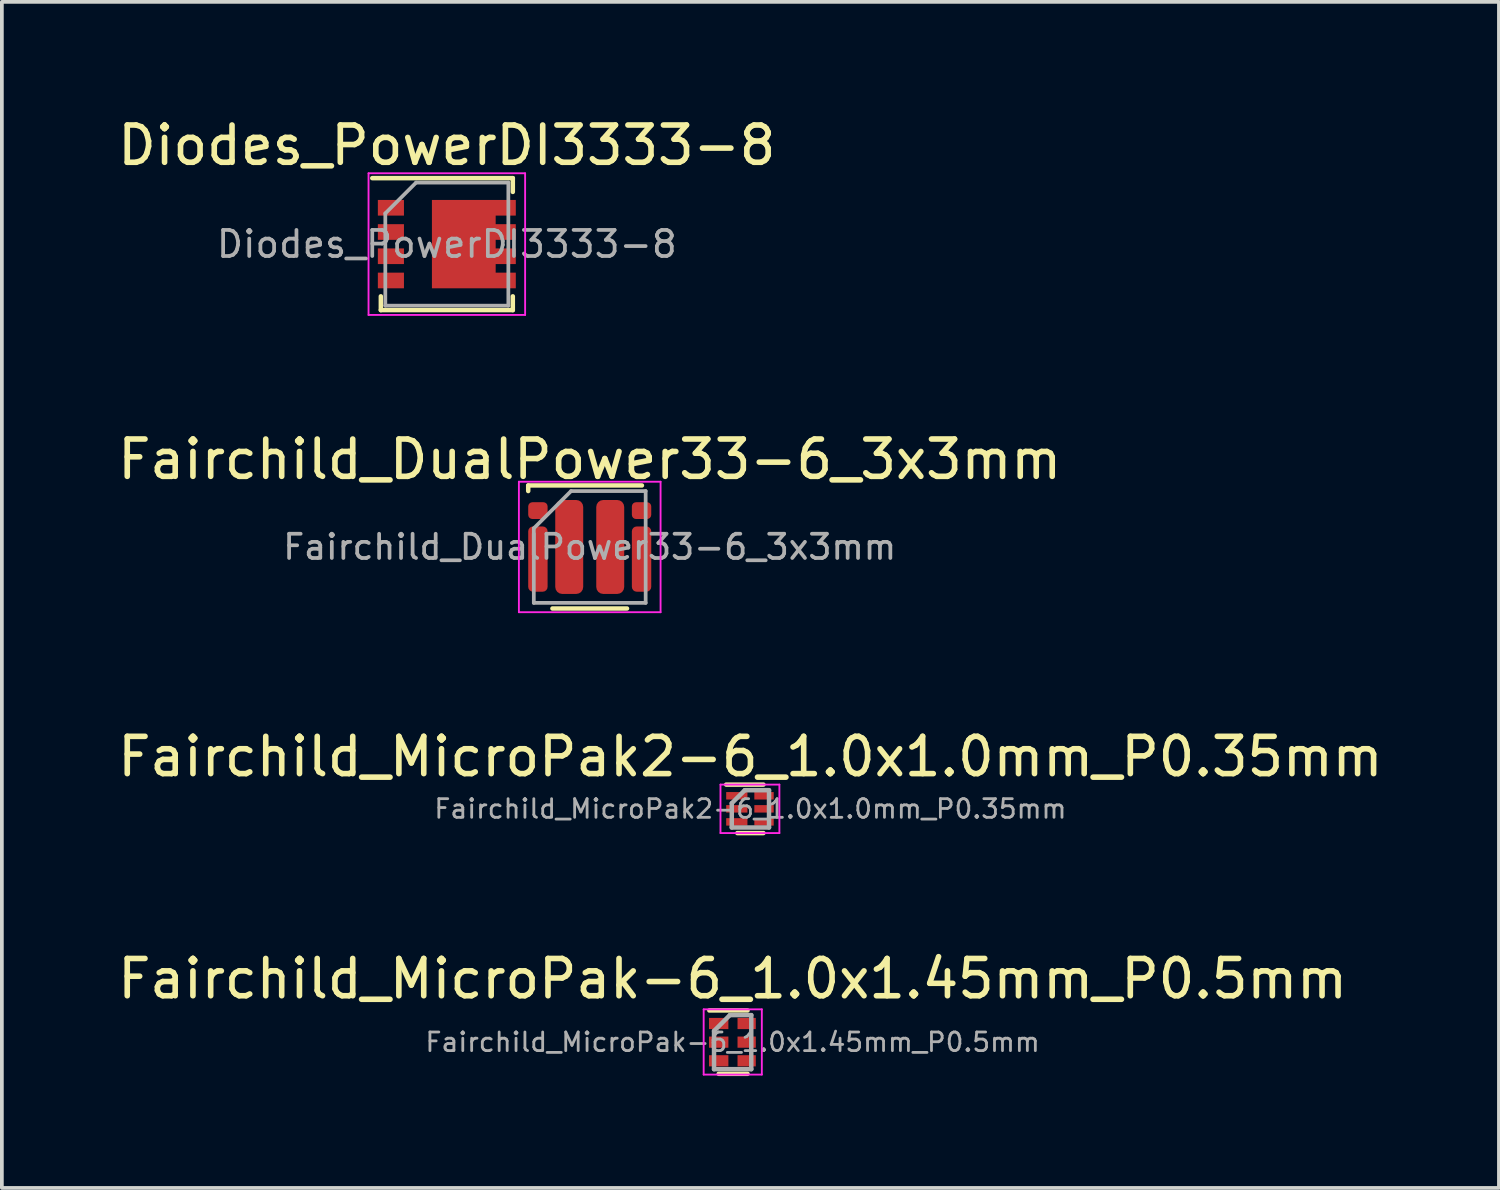
<source format=kicad_pcb>
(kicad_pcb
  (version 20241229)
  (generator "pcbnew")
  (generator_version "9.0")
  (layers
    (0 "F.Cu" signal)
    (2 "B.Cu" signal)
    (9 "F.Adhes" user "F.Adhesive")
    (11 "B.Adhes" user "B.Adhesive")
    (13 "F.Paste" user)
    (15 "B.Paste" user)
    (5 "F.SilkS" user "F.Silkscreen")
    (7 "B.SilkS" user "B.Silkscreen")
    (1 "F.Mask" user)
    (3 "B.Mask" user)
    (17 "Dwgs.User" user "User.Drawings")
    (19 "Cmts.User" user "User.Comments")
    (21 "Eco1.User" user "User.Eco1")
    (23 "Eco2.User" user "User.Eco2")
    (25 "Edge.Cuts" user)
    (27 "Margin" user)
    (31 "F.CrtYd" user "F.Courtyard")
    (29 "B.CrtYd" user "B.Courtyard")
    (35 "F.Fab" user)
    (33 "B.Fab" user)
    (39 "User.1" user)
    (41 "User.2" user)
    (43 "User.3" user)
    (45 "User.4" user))
  (footprint "Fairchild_MicroPak-6_1.0x1.45mm_P0.5mm"
    (layer "F.Cu")
    (at 16.594 24.903)
    (property "Reference" "Fairchild_MicroPak-6_1.0x1.45mm_P0.5mm" (at 0.007 -1.7 0) (layer "F.SilkS") (effects (font (size 1 1) (thickness 0.15))))
    (attr smd)
    (fp_line (start -0.618 -0.85) (end 0.407 -0.85) (stroke (width 0.12) (type solid)) (layer "F.SilkS"))
    (fp_line (start 0.407 0.85) (end -0.367 0.85) (stroke (width 0.12) (type solid)) (layer "F.SilkS"))
    (fp_line (start -0.77 -0.88) (end -0.77 0.87) (stroke (width 0.05) (type solid)) (layer "F.CrtYd"))
    (fp_line (start -0.77 -0.88) (end 0.79 -0.88) (stroke (width 0.05) (type solid)) (layer "F.CrtYd"))
    (fp_line (start 0.79 0.87) (end -0.77 0.87) (stroke (width 0.05) (type solid)) (layer "F.CrtYd"))
    (fp_line (start 0.79 0.87) (end 0.79 -0.88) (stroke (width 0.05) (type solid)) (layer "F.CrtYd"))
    (fp_line (start -0.492 -0.3) (end -0.068 -0.725) (stroke (width 0.12) (type solid)) (layer "F.Fab"))
    (fp_line (start -0.492 0.725) (end -0.492 -0.3) (stroke (width 0.12) (type solid)) (layer "F.Fab"))
    (fp_line (start -0.068 -0.725) (end 0.507 -0.725) (stroke (width 0.12) (type solid)) (layer "F.Fab"))
    (fp_line (start 0.507 -0.725) (end 0.507 0.725) (stroke (width 0.12) (type solid)) (layer "F.Fab"))
    (fp_line (start 0.507 0.725) (end -0.492 0.725) (stroke (width 0.12) (type solid)) (layer "F.Fab"))
    (fp_text user "${REFERENCE}" (at 0.007 0 0) (layer "F.Fab") (effects (font (size 0.5 0.5) (thickness 0.075))))
    (pad "1" smd rect (at -0.367 -0.5) (size 0.52 0.3) (layers "F.Cu" "F.Mask" "F.Paste"))
    (pad "2" smd rect (at -0.367 0) (size 0.52 0.3) (layers "F.Cu" "F.Mask" "F.Paste"))
    (pad "3" smd rect (at -0.367 0.5) (size 0.52 0.3) (layers "F.Cu" "F.Mask" "F.Paste"))
    (pad "4" smd rect (at 0.383 0.5) (size 0.49 0.3) (layers "F.Cu" "F.Mask" "F.Paste"))
    (pad "5" smd rect (at 0.383 0) (size 0.49 0.3) (layers "F.Cu" "F.Mask" "F.Paste"))
    (pad "6" smd rect (at 0.383 -0.5) (size 0.49 0.3) (layers "F.Cu" "F.Mask" "F.Paste")))
  (footprint "Fairchild_DualPower33-6_3x3mm"
    (layer "F.Cu")
    (at 12.768 11.621)
    (property "Reference" "Fairchild_DualPower33-6_3x3mm" (at 0 -2.35 0) (layer "F.SilkS") (effects (font (size 1 1) (thickness 0.15))))
    (attr smd)
    (fp_line (start -1.65 -1.65) (end -1.65 -1.5) (stroke (width 0.12) (type solid)) (layer "F.SilkS"))
    (fp_line (start -1 1.65) (end 1 1.65) (stroke (width 0.12) (type solid)) (layer "F.SilkS"))
    (fp_line (start 1.4 -1.65) (end -1.65 -1.65) (stroke (width 0.12) (type solid)) (layer "F.SilkS"))
    (fp_line (start -1.9 -1.75) (end 1.9 -1.75) (stroke (width 0.05) (type solid)) (layer "F.CrtYd"))
    (fp_line (start -1.9 1.75) (end -1.9 -1.75) (stroke (width 0.05) (type solid)) (layer "F.CrtYd"))
    (fp_line (start 1.9 -1.75) (end 1.9 1.75) (stroke (width 0.05) (type solid)) (layer "F.CrtYd"))
    (fp_line (start 1.9 1.75) (end -1.9 1.75) (stroke (width 0.05) (type solid)) (layer "F.CrtYd"))
    (fp_line (start -1.5 -0.5) (end -0.5 -1.5) (stroke (width 0.1) (type solid)) (layer "F.Fab"))
    (fp_line (start -1.5 1.5) (end -1.5 -0.5) (stroke (width 0.1) (type solid)) (layer "F.Fab"))
    (fp_line (start -0.5 -1.5) (end 1.5 -1.5) (stroke (width 0.1) (type solid)) (layer "F.Fab"))
    (fp_line (start 1.5 -1.5) (end 1.5 1.5) (stroke (width 0.1) (type solid)) (layer "F.Fab"))
    (fp_line (start 1.5 1.5) (end -1.5 1.5) (stroke (width 0.1) (type solid)) (layer "F.Fab"))
    (fp_text user "${REFERENCE}" (at 0 0 0) (layer "F.Fab") (effects (font (size 0.65 0.65) (thickness 0.1))))
    (pad "" smd roundrect (at -1.39 -0.975) (size 0.35 0.35) (layers "F.Mask" "F.Paste") (roundrect_rratio 0.25))
    (pad "" smd roundrect (at -1.39 -0.325) (size 0.35 0.35) (layers "F.Mask" "F.Paste") (roundrect_rratio 0.25))
    (pad "" smd roundrect (at -1.39 0.325) (size 0.35 0.35) (layers "F.Mask" "F.Paste") (roundrect_rratio 0.25))
    (pad "" smd roundrect (at -1.39 0.975) (size 0.35 0.35) (layers "F.Mask" "F.Paste") (roundrect_rratio 0.25))
    (pad "" smd roundrect (at -0.55 -0.5) (size 0.65 0.8) (layers "F.Mask" "F.Paste") (roundrect_rratio 0.25))
    (pad "" smd roundrect (at -0.55 0.5) (size 0.65 0.8) (layers "F.Mask" "F.Paste") (roundrect_rratio 0.25))
    (pad "" smd roundrect (at 0.55 -0.5) (size 0.65 0.8) (layers "F.Mask" "F.Paste") (roundrect_rratio 0.25))
    (pad "" smd roundrect (at 0.55 0.5) (size 0.65 0.8) (layers "F.Mask" "F.Paste") (roundrect_rratio 0.25))
    (pad "" smd roundrect (at 1.39 -0.975) (size 0.35 0.35) (layers "F.Mask" "F.Paste") (roundrect_rratio 0.25))
    (pad "" smd roundrect (at 1.39 -0.325) (size 0.35 0.35) (layers "F.Mask" "F.Paste") (roundrect_rratio 0.25))
    (pad "" smd roundrect (at 1.39 0.325) (size 0.35 0.35) (layers "F.Mask" "F.Paste") (roundrect_rratio 0.25))
    (pad "" smd roundrect (at 1.39 0.975) (size 0.35 0.35) (layers "F.Mask" "F.Paste") (roundrect_rratio 0.25))
    (pad "1" smd roundrect (at -1.39 -0.975) (size 0.52 0.45) (layers "F.Cu" "F.Mask") (roundrect_rratio 0.25))
    (pad "2" smd roundrect (at -1.39 0.325) (size 0.52 1.75) (layers "F.Cu" "F.Mask") (roundrect_rratio 0.25))
    (pad "3" smd roundrect (at 1.39 0.325) (size 0.52 1.75) (layers "F.Cu" "F.Mask") (roundrect_rratio 0.25))
    (pad "4" smd roundrect (at 1.39 -0.975) (size 0.52 0.45) (layers "F.Cu" "F.Mask") (roundrect_rratio 0.25))
    (pad "5" smd roundrect (at -0.55 0) (size 0.75 2.52) (layers "F.Cu" "F.Mask") (roundrect_rratio 0.25))
    (pad "6" smd roundrect (at 0.55 0) (size 0.75 2.52) (layers "F.Cu" "F.Mask") (roundrect_rratio 0.25)))
  (footprint "Diodes_PowerDI3333-8"
    (layer "F.Cu")
    (at 8.935 3.498)
    (property "Reference" "Diodes_PowerDI3333-8" (at 0 -2.65 0) (layer "F.SilkS") (effects (font (size 1 1) (thickness 0.15))))
    (attr smd)
    (fp_line (start -1.77 1.77) (end -1.77 1.4) (stroke (width 0.12) (type solid)) (layer "F.SilkS"))
    (fp_line (start -1.77 1.77) (end 1.77 1.77) (stroke (width 0.12) (type solid)) (layer "F.SilkS"))
    (fp_line (start 1.77 -1.77) (end -2 -1.77) (stroke (width 0.12) (type solid)) (layer "F.SilkS"))
    (fp_line (start 1.77 -1.77) (end 1.77 -1.4) (stroke (width 0.12) (type solid)) (layer "F.SilkS"))
    (fp_line (start 1.77 1.77) (end 1.77 1.4) (stroke (width 0.12) (type solid)) (layer "F.SilkS"))
    (fp_line (start -2.1 -1.9) (end -2.1 1.9) (stroke (width 0.05) (type solid)) (layer "F.CrtYd"))
    (fp_line (start -2.1 1.9) (end 2.1 1.9) (stroke (width 0.05) (type solid)) (layer "F.CrtYd"))
    (fp_line (start 2.1 -1.9) (end -2.1 -1.9) (stroke (width 0.05) (type solid)) (layer "F.CrtYd"))
    (fp_line (start 2.1 1.9) (end 2.1 -1.9) (stroke (width 0.05) (type solid)) (layer "F.CrtYd"))
    (fp_line (start -1.65 -0.825) (end -1.65 1.65) (stroke (width 0.1) (type solid)) (layer "F.Fab"))
    (fp_line (start -1.65 1.65) (end 1.65 1.65) (stroke (width 0.1) (type solid)) (layer "F.Fab"))
    (fp_line (start -0.825 -1.65) (end -1.65 -0.825) (stroke (width 0.1) (type solid)) (layer "F.Fab"))
    (fp_line (start 1.65 -1.65) (end -0.825 -1.65) (stroke (width 0.1) (type solid)) (layer "F.Fab"))
    (fp_line (start 1.65 1.65) (end 1.65 -1.65) (stroke (width 0.1) (type solid)) (layer "F.Fab"))
    (fp_text user "${REFERENCE}" (at 0 0 0) (layer "F.Fab") (effects (font (size 0.7 0.7) (thickness 0.1))))
    (pad "" smd rect (at 0.02 -0.565) (size 0.6 1) (layers "F.Paste"))
    (pad "" smd rect (at 0.02 0.565) (size 0.6 1) (layers "F.Paste"))
    (pad "" smd rect (at 0.73 -0.565) (size 0.6 1) (layers "F.Paste"))
    (pad "" smd rect (at 0.73 0.565) (size 0.6 1) (layers "F.Paste"))
    (pad "" smd rect (at 1.5 -0.975) (size 0.7 0.42) (layers "F.Paste"))
    (pad "" smd rect (at 1.5 -0.325) (size 0.7 0.42) (layers "F.Paste"))
    (pad "" smd rect (at 1.5 0.325) (size 0.7 0.42) (layers "F.Paste"))
    (pad "" smd rect (at 1.5 0.975) (size 0.7 0.42) (layers "F.Paste"))
    (pad "1" smd rect (at -1.5 -0.975) (size 0.7 0.42) (layers "F.Cu" "F.Mask" "F.Paste"))
    (pad "2" smd rect (at -1.5 -0.325) (size 0.7 0.42) (layers "F.Cu" "F.Mask" "F.Paste"))
    (pad "3" smd rect (at -1.5 0.325) (size 0.7 0.42) (layers "F.Cu" "F.Mask" "F.Paste"))
    (pad "4" smd rect (at -1.5 0.975) (size 0.7 0.42) (layers "F.Cu" "F.Mask" "F.Paste"))
    (pad "5" smd custom (at 0.455 0) (size 1.71 2.37) (layers "F.Cu" "F.Mask") (options (anchor rect)) (primitives (gr_poly (pts (xy 0.855 1.185) (xy 1.395 1.185) (xy 1.395 0.765) (xy 0.855 0.765)) (width 0) (fill yes)) (gr_poly (pts (xy 0.855 0.535) (xy 1.395 0.535) (xy 1.395 0.115) (xy 0.855 0.115)) (width 0) (fill yes)) (gr_poly (pts (xy 0.855 -0.115) (xy 1.395 -0.115) (xy 1.395 -0.535) (xy 0.855 -0.535)) (width 0) (fill yes)) (gr_poly (pts (xy 0.855 -0.765) (xy 1.395 -0.765) (xy 1.395 -1.185) (xy 0.855 -1.185)) (width 0) (fill yes)))))
  (footprint "Fairchild_MicroPak2-6_1.0x1.0mm_P0.35mm"
    (layer "F.Cu")
    (at 17.065 18.645)
    (property "Reference" "Fairchild_MicroPak2-6_1.0x1.0mm_P0.35mm" (at 0.013 -1.4 0) (layer "F.SilkS") (effects (font (size 1 1) (thickness 0.15))))
    (attr smd)
    (fp_line (start -0.338 0.65) (end 0.362 0.65) (stroke (width 0.12) (type solid)) (layer "F.SilkS"))
    (fp_line (start 0.362 -0.65) (end -0.637 -0.65) (stroke (width 0.12) (type solid)) (layer "F.SilkS"))
    (fp_line (start -0.79 -0.65) (end -0.79 0.65) (stroke (width 0.05) (type solid)) (layer "F.CrtYd"))
    (fp_line (start -0.79 -0.65) (end 0.79 -0.65) (stroke (width 0.05) (type solid)) (layer "F.CrtYd"))
    (fp_line (start 0.79 0.65) (end -0.79 0.65) (stroke (width 0.05) (type solid)) (layer "F.CrtYd"))
    (fp_line (start 0.79 0.65) (end 0.79 -0.65) (stroke (width 0.05) (type solid)) (layer "F.CrtYd"))
    (fp_line (start -0.487 -0.15) (end -0.138 -0.5) (stroke (width 0.12) (type solid)) (layer "F.Fab"))
    (fp_line (start -0.487 0.5) (end -0.487 -0.15) (stroke (width 0.12) (type solid)) (layer "F.Fab"))
    (fp_line (start -0.138 -0.5) (end 0.512 -0.5) (stroke (width 0.12) (type solid)) (layer "F.Fab"))
    (fp_line (start 0.512 -0.5) (end 0.512 0.5) (stroke (width 0.12) (type solid)) (layer "F.Fab"))
    (fp_line (start 0.512 0.5) (end -0.487 0.5) (stroke (width 0.12) (type solid)) (layer "F.Fab"))
    (fp_text user "${REFERENCE}" (at 0.013 0 0) (layer "F.Fab") (effects (font (size 0.5 0.5) (thickness 0.075))))
    (pad "1" smd rect (at -0.352 -0.35) (size 0.57 0.2) (layers "F.Cu" "F.Mask" "F.Paste"))
    (pad "2" smd rect (at -0.352 0) (size 0.57 0.2) (layers "F.Cu" "F.Mask" "F.Paste"))
    (pad "3" smd rect (at -0.352 0.35) (size 0.57 0.2) (layers "F.Cu" "F.Mask" "F.Paste"))
    (pad "4" smd rect (at 0.378 0.35) (size 0.52 0.2) (layers "F.Cu" "F.Mask" "F.Paste"))
    (pad "5" smd rect (at 0.378 0) (size 0.52 0.2) (layers "F.Cu" "F.Mask" "F.Paste"))
    (pad "6" smd rect (at 0.378 -0.35) (size 0.52 0.2) (layers "F.Cu" "F.Mask" "F.Paste")))
  (gr_rect
    (start -3 -3)
    (end 37.155 28.813)
    (stroke (width 0.1) (type default))
    (fill no)
    (layer "Edge.Cuts")))
</source>
